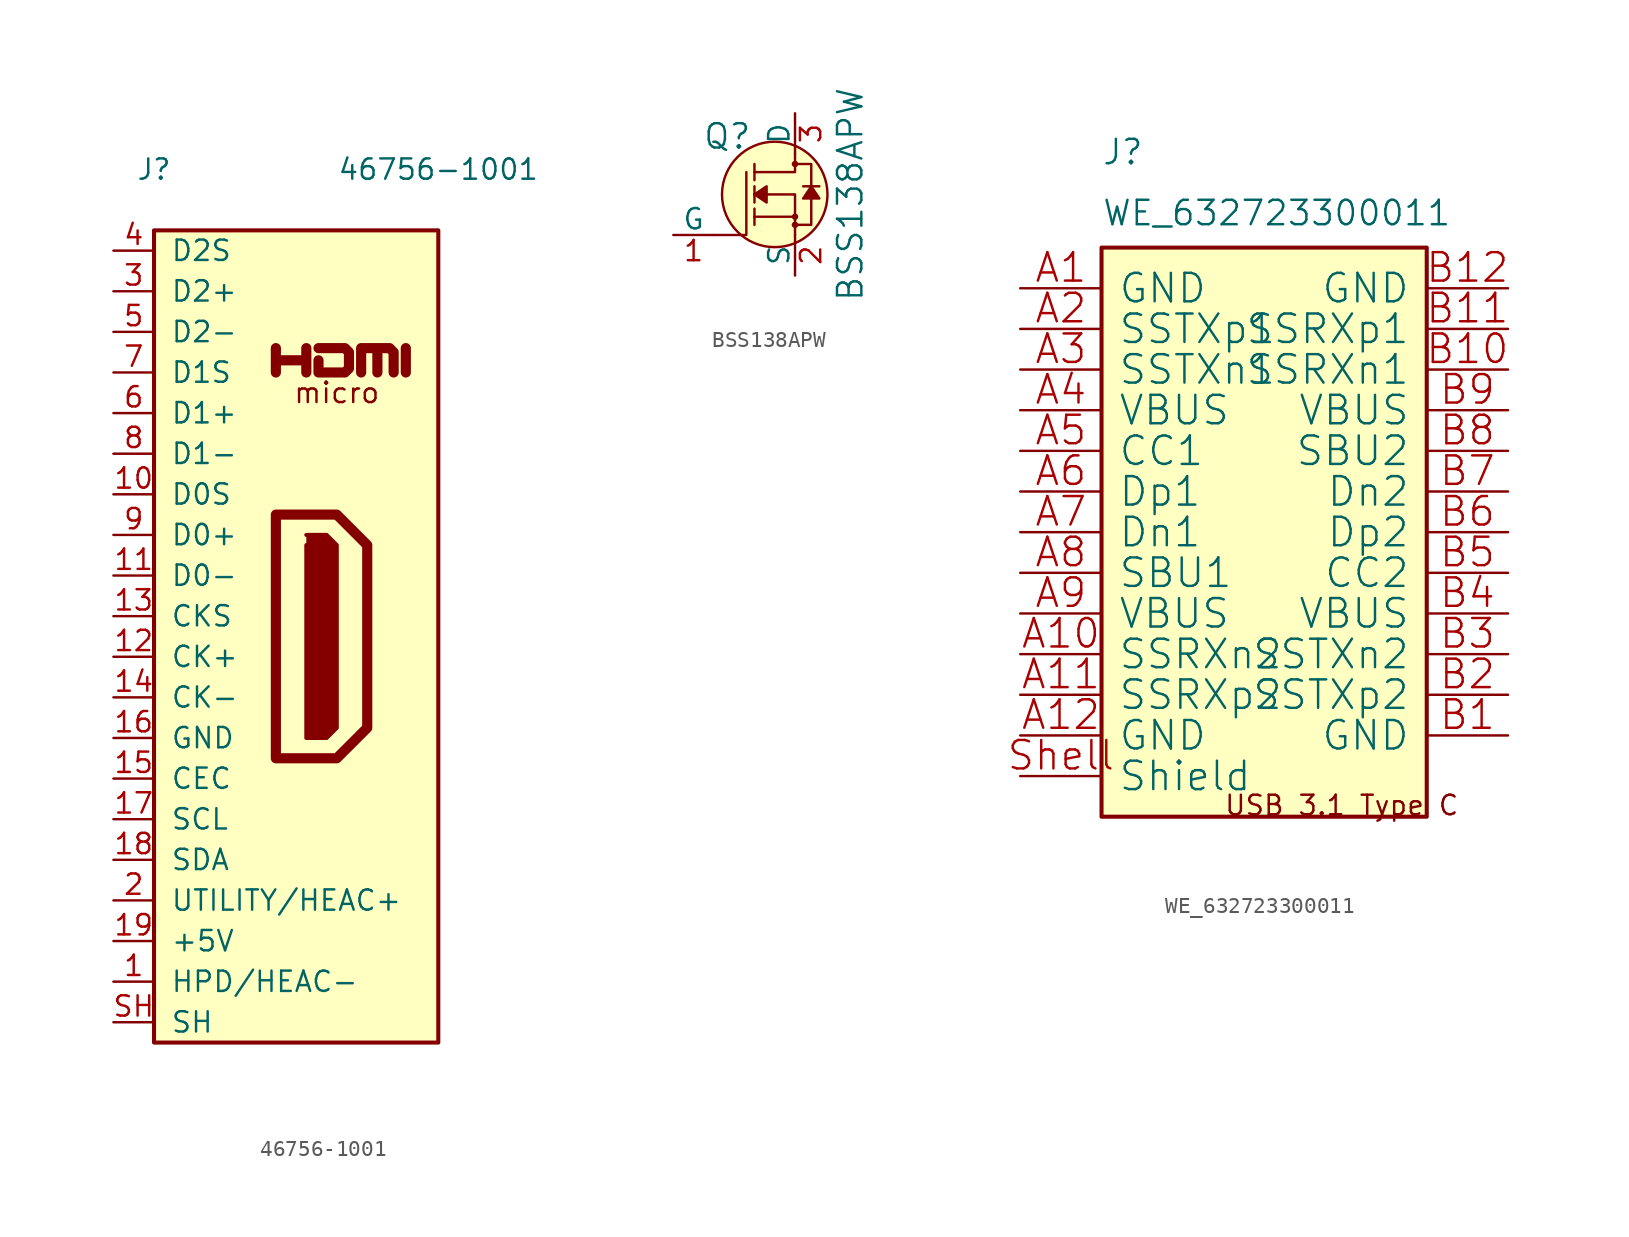
<source format=kicad_sym>
(kicad_symbol_lib
  (version 20211014)
  (generator kicad_symbol_editor)
  (symbol "46756-1001"
    (pin_names
      (offset 1.016))
    (property "Reference" "J"
      (at -7.62 29.21 0)
      (effects (font (size 1.27 1.27))))
    (property "Value" "46756-1001"
      (at 10.16 29.21 0)
      (effects (font (size 1.27 1.27))))
    (symbol "46756-1001_0_0"
      (text "micro" (at 3.81 15.24 0) (effects (font (size 1.27 1.27)))))
    (symbol "46756-1001_1_1"
      (rectangle (start -7.62 25.4) (end 10.16 -25.4) (stroke (width 0.254) (type default) (color 0 0 0 0)) (fill (type background)))
      (polyline (pts (xy 8.128 16.51) (xy 8.128 18.034)) (stroke (width 0.635) (type default) (color 0 0 0 0)) (fill (type none)))
      (polyline (pts (xy 0 16.51) (xy 0 18.034) (xy 0 17.272) (xy 1.905 17.272) (xy 1.905 18.034) (xy 1.905 16.51)) (stroke (width 0.635) (type default) (color 0 0 0 0)) (fill (type none)))
      (polyline (pts (xy 0 7.62) (xy 3.81 7.62) (xy 5.715 5.715) (xy 5.715 -5.715) (xy 3.81 -7.62) (xy 0 -7.62) (xy 0 7.62)) (stroke (width 0.635) (type default) (color 0 0 0 0)) (fill (type none)))
      (polyline (pts (xy 1.905 6.35) (xy 3.175 6.35) (xy 3.81 5.715) (xy 3.81 -5.715) (xy 3.175 -6.35) (xy 1.905 -6.35) (xy 1.905 5.715)) (stroke (width 0.254) (type default) (color 0 0 0 0)) (fill (type outline)))
      (polyline (pts (xy 2.667 18.034) (xy 4.318 18.034) (xy 4.572 17.78) (xy 4.572 16.764) (xy 4.318 16.51) (xy 2.667 16.51) (xy 2.667 17.272)) (stroke (width 0.635) (type default) (color 0 0 0 0)) (fill (type none)))
      (polyline (pts (xy 5.334 16.51) (xy 5.334 18.034) (xy 6.35 18.034) (xy 6.35 16.51) (xy 6.35 18.034) (xy 7.112 18.034) (xy 7.366 17.78) (xy 7.366 16.51)) (stroke (width 0.635) (type default) (color 0 0 0 0)) (fill (type none)))
      (pin passive line (at -10.16 -21.59 0) (length 2.54) (name "HPD/HEAC-" (effects (font (size 1.27 1.27)))) (number "1" (effects (font (size 1.27 1.27)))))
      (pin power_in line (at -10.16 8.89 0) (length 2.54) (name "D0S" (effects (font (size 1.27 1.27)))) (number "10" (effects (font (size 1.27 1.27)))))
      (pin passive line (at -10.16 3.81 0) (length 2.54) (name "D0-" (effects (font (size 1.27 1.27)))) (number "11" (effects (font (size 1.27 1.27)))))
      (pin passive line (at -10.16 -1.27 0) (length 2.54) (name "CK+" (effects (font (size 1.27 1.27)))) (number "12" (effects (font (size 1.27 1.27)))))
      (pin power_in line (at -10.16 1.27 0) (length 2.54) (name "CKS" (effects (font (size 1.27 1.27)))) (number "13" (effects (font (size 1.27 1.27)))))
      (pin passive line (at -10.16 -3.81 0) (length 2.54) (name "CK-" (effects (font (size 1.27 1.27)))) (number "14" (effects (font (size 1.27 1.27)))))
      (pin bidirectional line (at -10.16 -8.89 0) (length 2.54) (name "CEC" (effects (font (size 1.27 1.27)))) (number "15" (effects (font (size 1.27 1.27)))))
      (pin power_in line (at -10.16 -6.35 0) (length 2.54) (name "GND" (effects (font (size 1.27 1.27)))) (number "16" (effects (font (size 1.27 1.27)))))
      (pin passive line (at -10.16 -11.43 0) (length 2.54) (name "SCL" (effects (font (size 1.27 1.27)))) (number "17" (effects (font (size 1.27 1.27)))))
      (pin bidirectional line (at -10.16 -13.97 0) (length 2.54) (name "SDA" (effects (font (size 1.27 1.27)))) (number "18" (effects (font (size 1.27 1.27)))))
      (pin power_in line (at -10.16 -19.05 0) (length 2.54) (name "+5V" (effects (font (size 1.27 1.27)))) (number "19" (effects (font (size 1.27 1.27)))))
      (pin passive line (at -10.16 -16.51 0) (length 2.54) (name "UTILITY/HEAC+" (effects (font (size 1.27 1.27)))) (number "2" (effects (font (size 1.27 1.27)))))
      (pin passive line (at -10.16 21.59 0) (length 2.54) (name "D2+" (effects (font (size 1.27 1.27)))) (number "3" (effects (font (size 1.27 1.27)))))
      (pin power_in line (at -10.16 24.13 0) (length 2.54) (name "D2S" (effects (font (size 1.27 1.27)))) (number "4" (effects (font (size 1.27 1.27)))))
      (pin passive line (at -10.16 19.05 0) (length 2.54) (name "D2-" (effects (font (size 1.27 1.27)))) (number "5" (effects (font (size 1.27 1.27)))))
      (pin passive line (at -10.16 13.97 0) (length 2.54) (name "D1+" (effects (font (size 1.27 1.27)))) (number "6" (effects (font (size 1.27 1.27)))))
      (pin power_in line (at -10.16 16.51 0) (length 2.54) (name "D1S" (effects (font (size 1.27 1.27)))) (number "7" (effects (font (size 1.27 1.27)))))
      (pin passive line (at -10.16 11.43 0) (length 2.54) (name "D1-" (effects (font (size 1.27 1.27)))) (number "8" (effects (font (size 1.27 1.27)))))
      (pin passive line (at -10.16 6.35 0) (length 2.54) (name "D0+" (effects (font (size 1.27 1.27)))) (number "9" (effects (font (size 1.27 1.27)))))
      (pin passive line (at -10.16 -24.13 0) (length 2.54) (name "SH" (effects (font (size 1.27 1.27)))) (number "SH" (effects (font (size 1.27 1.27)))))))
  (symbol "BSS138APW"
    (pin_names
      (offset 0))
    (property "Reference" "Q"
      (at -2.692 3.632 0)
      (effects (font (size 1.524 1.524)) (justify right)))
    (property "Value" "BSS138APW"
      (at 3.454 0 90)
      (effects (font (size 1.524 1.524))))
    (symbol "BSS138APW_0_1"
      (circle (center -1.27 0) (radius 3.302) (stroke (width 0) (type default) (color 0 0 0 0)) (fill (type background)))
      (circle (center 0 -1.905) (radius 0.127) (stroke (width 0) (type default) (color 0 0 0 0)) (fill (type none)))
      (circle (center 0 -1.397) (radius 0.127) (stroke (width 0) (type default) (color 0 0 0 0)) (fill (type none)))
      (polyline (pts (xy 0 -1.397) (xy -2.54 -1.397)) (stroke (width 0) (type default) (color 0 0 0 0)) (fill (type none)))
      (polyline (pts (xy -5.08 -2.54) (xy -3.048 -2.54) (xy -3.048 1.397)) (stroke (width 0) (type default) (color 0 0 0 0)) (fill (type none)))
      (polyline (pts (xy 0 -2.54) (xy 0 0) (xy -2.54 0)) (stroke (width 0) (type default) (color 0 0 0 0)) (fill (type none)))
      (polyline (pts (xy 0 2.54) (xy 0 1.397) (xy -2.54 1.397)) (stroke (width 0) (type default) (color 0 0 0 0)) (fill (type none)))
      (polyline (pts (xy -0.127 -1.905) (xy 1.016 -1.905) (xy 1.016 1.397) (xy 1.016 1.905) (xy -0.127 1.905)) (stroke (width 0) (type default) (color 0 0 0 0)) (fill (type none)))
      (circle (center 0 1.905) (radius 0.127) (stroke (width 0) (type default) (color 0 0 0 0)) (fill (type none))))
    (symbol "BSS138APW_1_1"
      (polyline (pts (xy -2.54 -1.397) (xy -2.54 -1.905)) (stroke (width 0) (type default) (color 0 0 0 0)) (fill (type none)))
      (polyline (pts (xy -2.54 -1.397) (xy -2.54 -0.889)) (stroke (width 0) (type default) (color 0 0 0 0)) (fill (type none)))
      (polyline (pts (xy -2.54 0) (xy -2.54 -0.508)) (stroke (width 0) (type default) (color 0 0 0 0)) (fill (type none)))
      (polyline (pts (xy -2.54 0) (xy -2.54 0.508)) (stroke (width 0) (type default) (color 0 0 0 0)) (fill (type none)))
      (polyline (pts (xy -2.54 1.905) (xy -2.54 0.889)) (stroke (width 0) (type default) (color 0 0 0 0)) (fill (type none)))
      (polyline (pts (xy 1.524 0.508) (xy 0.508 0.508)) (stroke (width 0) (type default) (color 0 0 0 0)) (fill (type none)))
      (polyline (pts (xy -2.54 0) (xy -1.778 0.508) (xy -1.778 -0.508) (xy -2.54 0)) (stroke (width 0) (type default) (color 0 0 0 0)) (fill (type outline)))
      (polyline (pts (xy 1.016 0.508) (xy 0.508 -0.254) (xy 1.524 -0.254) (xy 1.016 0.508)) (stroke (width 0) (type default) (color 0 0 0 0)) (fill (type outline)))
      (pin bidirectional line (at -7.62 -2.54 0) (length 2.54) (name "G" (effects (font (size 1.27 1.27)))) (number "1" (effects (font (size 1.27 1.27)))))
      (pin bidirectional line (at 0 -5.08 90) (length 2.54) (name "S" (effects (font (size 1.27 1.27)))) (number "2" (effects (font (size 1.27 1.27)))))
      (pin bidirectional line (at 0 5.08 270) (length 2.54) (name "D" (effects (font (size 1.27 1.27)))) (number "3" (effects (font (size 1.27 1.27)))))))
  (symbol "WE_632723300011"
    (pin_names
      (offset 1.016))
    (property "Reference" "J"
      (at 0 5.08 0)
      (effects (font (size 1.524 1.524)) (justify left bottom)))
    (property "Value" "WE_632723300011"
      (at 0 1.27 0)
      (effects (font (size 1.524 1.524)) (justify left bottom)))
    (symbol "WE_632723300011_0_1"
      (rectangle (start 0 -35.56) (end 20.32 0) (stroke (width 0.254) (type default) (color 0 0 0 0)) (fill (type background)))
      (pin passive line (at -5.08 -2.54 0) (length 5.08) (name "GND" (effects (font (size 1.778 1.778)))) (number "A1" (effects (font (size 1.778 1.778)))))
      (pin passive line (at -5.08 -25.4 0) (length 5.08) (name "SSRXn2" (effects (font (size 1.778 1.778)))) (number "A10" (effects (font (size 1.778 1.778)))))
      (pin passive line (at -5.08 -27.94 0) (length 5.08) (name "SSRXp2" (effects (font (size 1.778 1.778)))) (number "A11" (effects (font (size 1.778 1.778)))))
      (pin passive line (at -5.08 -30.48 0) (length 5.08) (name "GND" (effects (font (size 1.778 1.778)))) (number "A12" (effects (font (size 1.778 1.778)))))
      (pin passive line (at -5.08 -5.08 0) (length 5.08) (name "SSTXp1" (effects (font (size 1.778 1.778)))) (number "A2" (effects (font (size 1.778 1.778)))))
      (pin passive line (at -5.08 -7.62 0) (length 5.08) (name "SSTXn1" (effects (font (size 1.778 1.778)))) (number "A3" (effects (font (size 1.778 1.778)))))
      (pin passive line (at -5.08 -10.16 0) (length 5.08) (name "VBUS" (effects (font (size 1.778 1.778)))) (number "A4" (effects (font (size 1.778 1.778)))))
      (pin passive line (at -5.08 -12.7 0) (length 5.08) (name "CC1" (effects (font (size 1.778 1.778)))) (number "A5" (effects (font (size 1.778 1.778)))))
      (pin passive line (at -5.08 -15.24 0) (length 5.08) (name "Dp1" (effects (font (size 1.778 1.778)))) (number "A6" (effects (font (size 1.778 1.778)))))
      (pin passive line (at -5.08 -17.78 0) (length 5.08) (name "Dn1" (effects (font (size 1.778 1.778)))) (number "A7" (effects (font (size 1.778 1.778)))))
      (pin passive line (at -5.08 -20.32 0) (length 5.08) (name "SBU1" (effects (font (size 1.778 1.778)))) (number "A8" (effects (font (size 1.778 1.778)))))
      (pin passive line (at -5.08 -22.86 0) (length 5.08) (name "VBUS" (effects (font (size 1.778 1.778)))) (number "A9" (effects (font (size 1.778 1.778)))))
      (pin passive line (at 25.4 -30.48 180) (length 5.08) (name "GND" (effects (font (size 1.778 1.778)))) (number "B1" (effects (font (size 1.778 1.778)))))
      (pin passive line (at 25.4 -7.62 180) (length 5.08) (name "SSRXn1" (effects (font (size 1.778 1.778)))) (number "B10" (effects (font (size 1.778 1.778)))))
      (pin passive line (at 25.4 -5.08 180) (length 5.08) (name "SSRXp1" (effects (font (size 1.778 1.778)))) (number "B11" (effects (font (size 1.778 1.778)))))
      (pin passive line (at 25.4 -2.54 180) (length 5.08) (name "GND" (effects (font (size 1.778 1.778)))) (number "B12" (effects (font (size 1.778 1.778)))))
      (pin passive line (at 25.4 -27.94 180) (length 5.08) (name "SSTXp2" (effects (font (size 1.778 1.778)))) (number "B2" (effects (font (size 1.778 1.778)))))
      (pin passive line (at 25.4 -25.4 180) (length 5.08) (name "SSTXn2" (effects (font (size 1.778 1.778)))) (number "B3" (effects (font (size 1.778 1.778)))))
      (pin passive line (at 25.4 -22.86 180) (length 5.08) (name "VBUS" (effects (font (size 1.778 1.778)))) (number "B4" (effects (font (size 1.778 1.778)))))
      (pin passive line (at 25.4 -20.32 180) (length 5.08) (name "CC2" (effects (font (size 1.778 1.778)))) (number "B5" (effects (font (size 1.778 1.778)))))
      (pin passive line (at 25.4 -17.78 180) (length 5.08) (name "Dp2" (effects (font (size 1.778 1.778)))) (number "B6" (effects (font (size 1.778 1.778)))))
      (pin passive line (at 25.4 -15.24 180) (length 5.08) (name "Dn2" (effects (font (size 1.778 1.778)))) (number "B7" (effects (font (size 1.778 1.778)))))
      (pin passive line (at 25.4 -12.7 180) (length 5.08) (name "SBU2" (effects (font (size 1.778 1.778)))) (number "B8" (effects (font (size 1.778 1.778)))))
      (pin passive line (at 25.4 -10.16 180) (length 5.08) (name "VBUS" (effects (font (size 1.778 1.778)))) (number "B9" (effects (font (size 1.778 1.778)))))
      (pin passive line (at -5.08 -33.02 0) (length 5.08) (name "Shield" (effects (font (size 1.778 1.778)))) (number "Shell" (effects (font (size 1.778 1.778))))))
    (symbol "WE_632723300011_1_1"
      (text "USB 3.1 Type C" (at 7.62 -35.56 0) (effects (font (size 1.219 1.219)) (justify left bottom))))))
</source>
